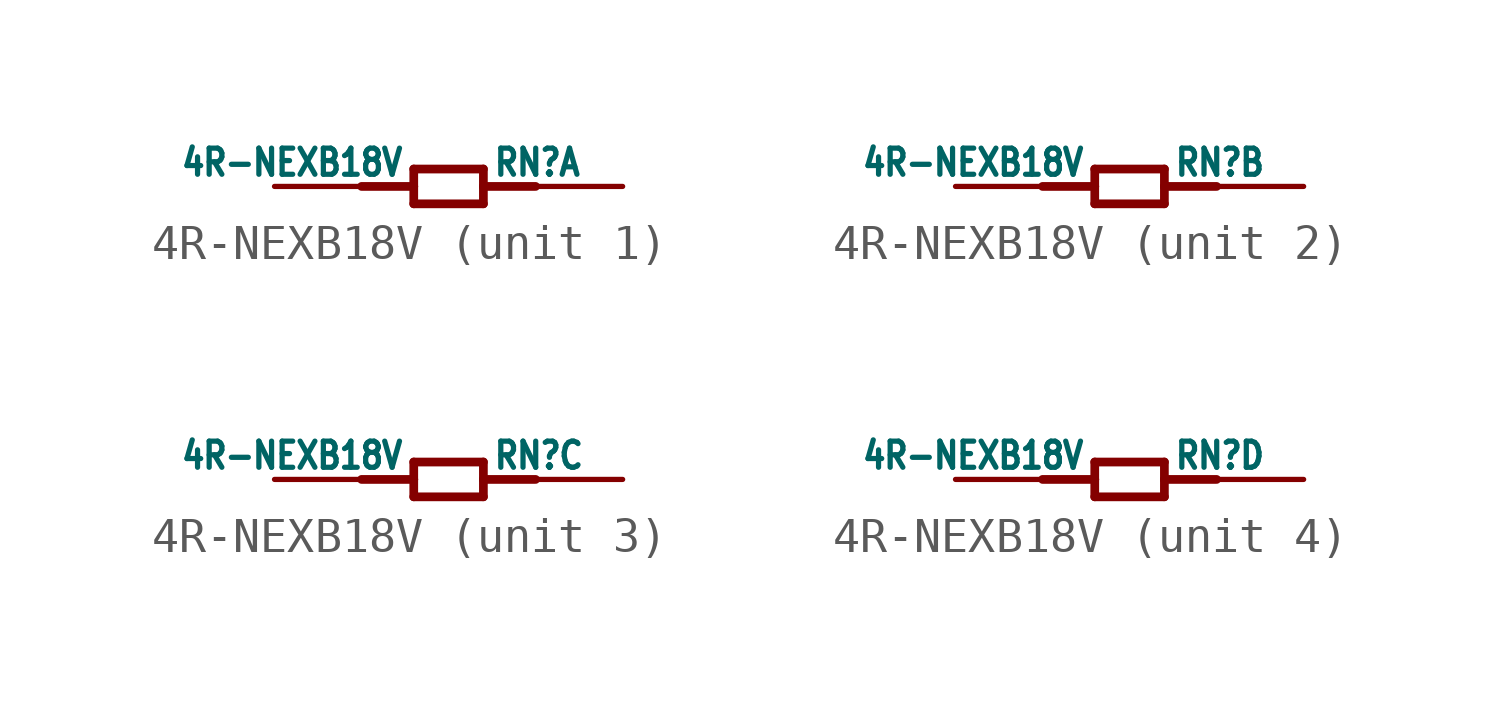
<source format=kicad_sym>
(kicad_symbol_lib
  (version 20211014)
  (generator kicad_symbol_editor)
  (symbol "4R-NEXB18V"
    (property "Reference" "RN"
      (at 1.27 0.254 0)
      (effects (font (size 0.762 0.648)) (justify left bottom)))
    (property "Value" "4R-NEXB18V"
      (at -1.27 0.254 0)
      (effects (font (size 0.762 0.648)) (justify right bottom)))
    (property "ki_locked" ""
      (at 0 0 0)
      (effects (font (size 1.27 1.27))))
    (symbol "4R-NEXB18V_1_0"
      (polyline (pts (xy -2.54 0) (xy -1.016 0)) (stroke (width 0.254) (type default) (color 0 0 0 0)) (fill (type none)))
      (polyline (pts (xy -1.016 -0.508) (xy 1.016 -0.508)) (stroke (width 0.254) (type default) (color 0 0 0 0)) (fill (type none)))
      (polyline (pts (xy -1.016 0) (xy -1.016 -0.508)) (stroke (width 0.254) (type default) (color 0 0 0 0)) (fill (type none)))
      (polyline (pts (xy -1.016 0.508) (xy -1.016 0)) (stroke (width 0.254) (type default) (color 0 0 0 0)) (fill (type none)))
      (polyline (pts (xy 1.016 -0.508) (xy 1.016 0)) (stroke (width 0.254) (type default) (color 0 0 0 0)) (fill (type none)))
      (polyline (pts (xy 1.016 0) (xy 1.016 0.508)) (stroke (width 0.254) (type default) (color 0 0 0 0)) (fill (type none)))
      (polyline (pts (xy 1.016 0) (xy 2.54 0)) (stroke (width 0.254) (type default) (color 0 0 0 0)) (fill (type none)))
      (polyline (pts (xy 1.016 0.508) (xy -1.016 0.508)) (stroke (width 0.254) (type default) (color 0 0 0 0)) (fill (type none)))
      (pin passive line (at -5.08 0 0) (length 2.54) (name "1" (effects (font (size 0 0)))) (number "1" (effects (font (size 0 0)))))
      (pin passive line (at 5.08 0 180) (length 2.54) (name "2" (effects (font (size 0 0)))) (number "8" (effects (font (size 0 0))))))
    (symbol "4R-NEXB18V_2_0"
      (polyline (pts (xy -2.54 0) (xy -1.016 0)) (stroke (width 0.254) (type default) (color 0 0 0 0)) (fill (type none)))
      (polyline (pts (xy -1.016 -0.508) (xy 1.016 -0.508)) (stroke (width 0.254) (type default) (color 0 0 0 0)) (fill (type none)))
      (polyline (pts (xy -1.016 0) (xy -1.016 -0.508)) (stroke (width 0.254) (type default) (color 0 0 0 0)) (fill (type none)))
      (polyline (pts (xy -1.016 0.508) (xy -1.016 0)) (stroke (width 0.254) (type default) (color 0 0 0 0)) (fill (type none)))
      (polyline (pts (xy 1.016 -0.508) (xy 1.016 0)) (stroke (width 0.254) (type default) (color 0 0 0 0)) (fill (type none)))
      (polyline (pts (xy 1.016 0) (xy 1.016 0.508)) (stroke (width 0.254) (type default) (color 0 0 0 0)) (fill (type none)))
      (polyline (pts (xy 1.016 0) (xy 2.54 0)) (stroke (width 0.254) (type default) (color 0 0 0 0)) (fill (type none)))
      (polyline (pts (xy 1.016 0.508) (xy -1.016 0.508)) (stroke (width 0.254) (type default) (color 0 0 0 0)) (fill (type none)))
      (pin passive line (at -5.08 0 0) (length 2.54) (name "1" (effects (font (size 0 0)))) (number "2" (effects (font (size 0 0)))))
      (pin passive line (at 5.08 0 180) (length 2.54) (name "2" (effects (font (size 0 0)))) (number "7" (effects (font (size 0 0))))))
    (symbol "4R-NEXB18V_3_0"
      (polyline (pts (xy -2.54 0) (xy -1.016 0)) (stroke (width 0.254) (type default) (color 0 0 0 0)) (fill (type none)))
      (polyline (pts (xy -1.016 -0.508) (xy 1.016 -0.508)) (stroke (width 0.254) (type default) (color 0 0 0 0)) (fill (type none)))
      (polyline (pts (xy -1.016 0) (xy -1.016 -0.508)) (stroke (width 0.254) (type default) (color 0 0 0 0)) (fill (type none)))
      (polyline (pts (xy -1.016 0.508) (xy -1.016 0)) (stroke (width 0.254) (type default) (color 0 0 0 0)) (fill (type none)))
      (polyline (pts (xy 1.016 -0.508) (xy 1.016 0)) (stroke (width 0.254) (type default) (color 0 0 0 0)) (fill (type none)))
      (polyline (pts (xy 1.016 0) (xy 1.016 0.508)) (stroke (width 0.254) (type default) (color 0 0 0 0)) (fill (type none)))
      (polyline (pts (xy 1.016 0) (xy 2.54 0)) (stroke (width 0.254) (type default) (color 0 0 0 0)) (fill (type none)))
      (polyline (pts (xy 1.016 0.508) (xy -1.016 0.508)) (stroke (width 0.254) (type default) (color 0 0 0 0)) (fill (type none)))
      (pin passive line (at -5.08 0 0) (length 2.54) (name "1" (effects (font (size 0 0)))) (number "3" (effects (font (size 0 0)))))
      (pin passive line (at 5.08 0 180) (length 2.54) (name "2" (effects (font (size 0 0)))) (number "6" (effects (font (size 0 0))))))
    (symbol "4R-NEXB18V_4_0"
      (polyline (pts (xy -2.54 0) (xy -1.016 0)) (stroke (width 0.254) (type default) (color 0 0 0 0)) (fill (type none)))
      (polyline (pts (xy -1.016 -0.508) (xy 1.016 -0.508)) (stroke (width 0.254) (type default) (color 0 0 0 0)) (fill (type none)))
      (polyline (pts (xy -1.016 0) (xy -1.016 -0.508)) (stroke (width 0.254) (type default) (color 0 0 0 0)) (fill (type none)))
      (polyline (pts (xy -1.016 0.508) (xy -1.016 0)) (stroke (width 0.254) (type default) (color 0 0 0 0)) (fill (type none)))
      (polyline (pts (xy 1.016 -0.508) (xy 1.016 0)) (stroke (width 0.254) (type default) (color 0 0 0 0)) (fill (type none)))
      (polyline (pts (xy 1.016 0) (xy 1.016 0.508)) (stroke (width 0.254) (type default) (color 0 0 0 0)) (fill (type none)))
      (polyline (pts (xy 1.016 0) (xy 2.54 0)) (stroke (width 0.254) (type default) (color 0 0 0 0)) (fill (type none)))
      (polyline (pts (xy 1.016 0.508) (xy -1.016 0.508)) (stroke (width 0.254) (type default) (color 0 0 0 0)) (fill (type none)))
      (pin passive line (at -5.08 0 0) (length 2.54) (name "1" (effects (font (size 0 0)))) (number "4" (effects (font (size 0 0)))))
      (pin passive line (at 5.08 0 180) (length 2.54) (name "2" (effects (font (size 0 0)))) (number "5" (effects (font (size 0 0))))))))
</source>
